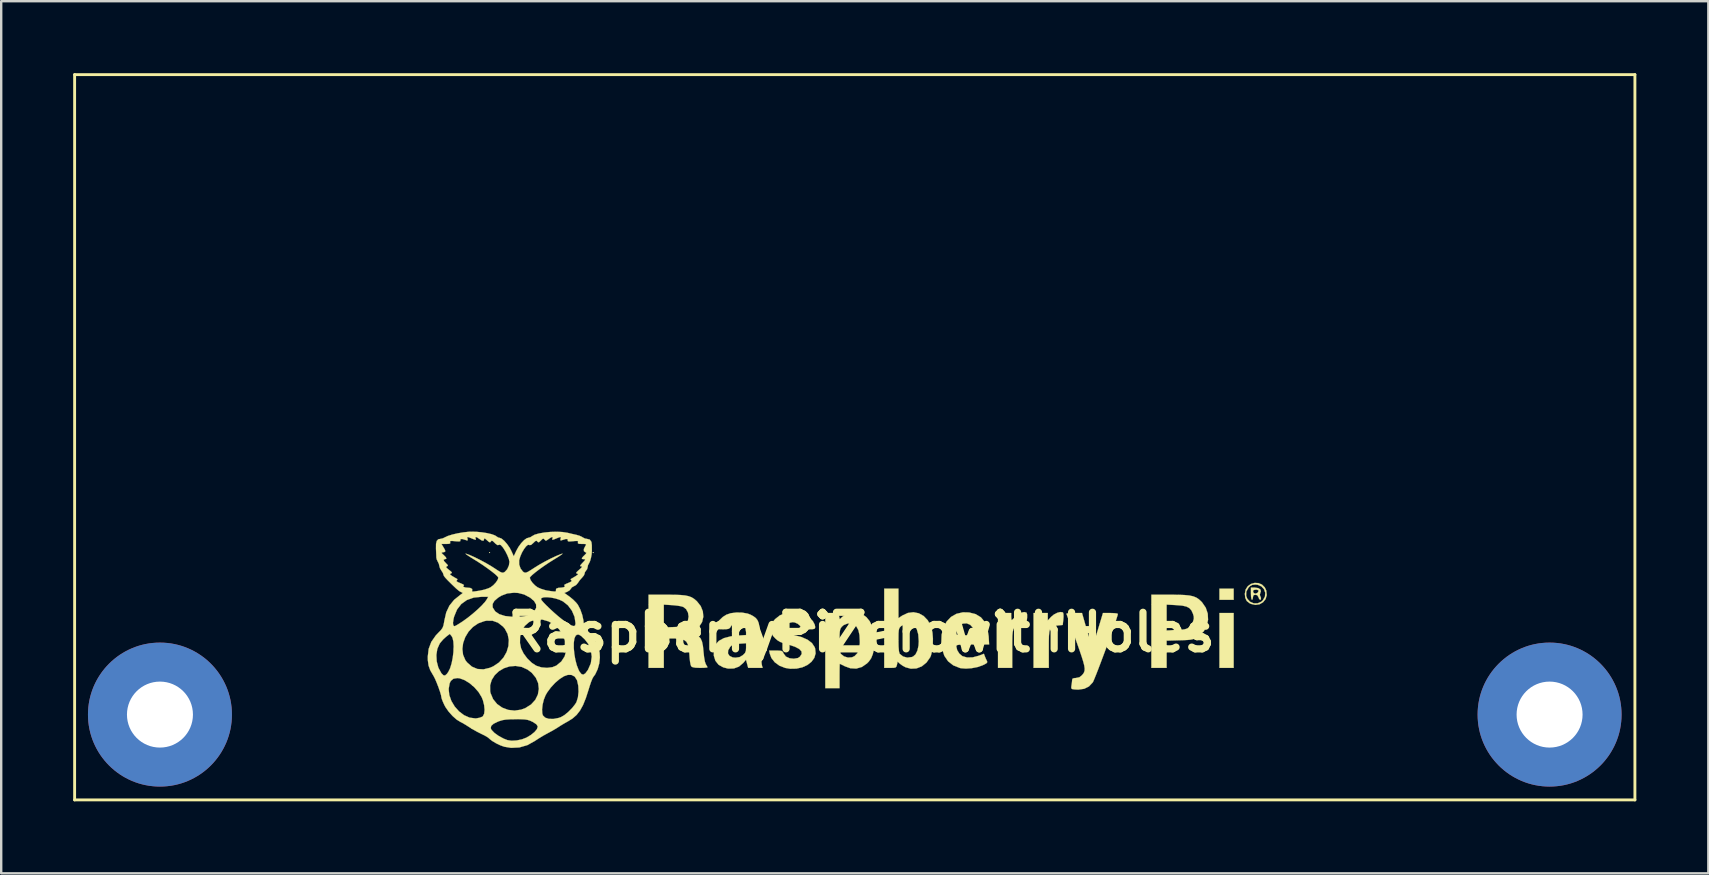
<source format=kicad_pcb>
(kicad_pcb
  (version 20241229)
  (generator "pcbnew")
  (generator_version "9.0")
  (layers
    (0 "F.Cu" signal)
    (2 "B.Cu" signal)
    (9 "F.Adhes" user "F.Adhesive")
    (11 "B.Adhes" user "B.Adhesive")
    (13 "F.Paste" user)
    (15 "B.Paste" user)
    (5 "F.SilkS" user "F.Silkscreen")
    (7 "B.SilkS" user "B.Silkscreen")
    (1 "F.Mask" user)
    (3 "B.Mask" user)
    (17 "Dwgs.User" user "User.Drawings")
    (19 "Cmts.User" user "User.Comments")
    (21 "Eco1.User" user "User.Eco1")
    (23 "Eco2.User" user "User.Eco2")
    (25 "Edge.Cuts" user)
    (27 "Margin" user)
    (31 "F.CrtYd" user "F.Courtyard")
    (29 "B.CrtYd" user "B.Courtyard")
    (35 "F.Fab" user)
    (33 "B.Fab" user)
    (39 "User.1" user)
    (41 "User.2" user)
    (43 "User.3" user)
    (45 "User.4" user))
  (footprint "RaspberryPiZerowithHoles"
    (layer "F.Cu")
    (at 32.953 15.3)
    (property "Reference" "RaspberryPiZerowithHoles" (at -0.127 8.001 0) (layer "F.SilkS") (effects (font (size 1.524 1.524) (thickness 0.3))))
    (attr through_hole)
    (fp_line (start -32.893 -15.24) (end 32.131 -15.24) (stroke (width 0.12) (type solid)) (layer "F.SilkS"))
    (fp_line (start -32.893 14.986) (end -32.893 -15.24) (stroke (width 0.12) (type solid)) (layer "F.SilkS"))
    (fp_line (start 32.131 -15.24) (end 32.131 14.986) (stroke (width 0.12) (type solid)) (layer "F.SilkS"))
    (fp_line (start 32.131 14.986) (end -32.893 14.986) (stroke (width 0.12) (type solid)) (layer "F.SilkS"))
    (fp_poly (pts (xy -15.579 4.678) (xy -15.6 4.699) (xy -15.621 4.678) (xy -15.6 4.657) (xy -15.579 4.678)) (stroke (width 0.01) (type solid)) (fill yes) (layer "F.SilkS"))
    (fp_poly (pts (xy -11.261 4.678) (xy -11.282 4.699) (xy -11.303 4.678) (xy -11.282 4.657) (xy -11.261 4.678)) (stroke (width 0.01) (type solid)) (fill yes) (layer "F.SilkS"))
    (fp_poly (pts (xy 15.409 6.646) (xy 14.817 6.646) (xy 14.817 6.181) (xy 15.409 6.181) (xy 15.409 6.646)) (stroke (width 0.01) (type solid)) (fill yes) (layer "F.SilkS"))
    (fp_poly (pts (xy 15.409 9.483) (xy 14.817 9.483) (xy 14.817 7.197) (xy 15.409 7.197) (xy 15.409 9.483)) (stroke (width 0.01) (type solid)) (fill yes) (layer "F.SilkS"))
    (fp_poly (pts (xy 8.277 7.166) (xy 8.299 7.181) (xy 8.315 7.241) (xy 8.318 7.355) (xy 8.311 7.457) (xy 8.286 7.695) (xy 8.08 7.715) (xy 7.958 7.729) (xy 7.866 7.752) (xy 7.799 7.795) (xy 7.754 7.869) (xy 7.726 7.984) (xy 7.711 8.151) (xy 7.706 8.381) (xy 7.705 8.685) (xy 7.705 9.483) (xy 7.07 9.483) (xy 7.07 7.197) (xy 7.662 7.197) (xy 7.662 7.51) (xy 7.802 7.357) (xy 7.918 7.26) (xy 8.052 7.19) (xy 8.18 7.156) (xy 8.277 7.166)) (stroke (width 0.01) (type solid)) (fill yes) (layer "F.SilkS"))
    (fp_poly (pts (xy 6.773 7.18) (xy 6.78 7.187) (xy 6.801 7.256) (xy 6.801 7.387) (xy 6.794 7.462) (xy 6.765 7.695) (xy 6.557 7.715) (xy 6.435 7.729) (xy 6.342 7.752) (xy 6.275 7.795) (xy 6.23 7.868) (xy 6.202 7.983) (xy 6.187 8.15) (xy 6.182 8.38) (xy 6.181 8.684) (xy 6.181 9.483) (xy 5.588 9.483) (xy 5.588 7.197) (xy 6.138 7.197) (xy 6.138 7.345) (xy 6.144 7.443) (xy 6.158 7.492) (xy 6.161 7.493) (xy 6.2 7.464) (xy 6.272 7.391) (xy 6.312 7.346) (xy 6.427 7.248) (xy 6.559 7.182) (xy 6.682 7.156) (xy 6.773 7.18)) (stroke (width 0.01) (type solid)) (fill yes) (layer "F.SilkS"))
    (fp_poly (pts (xy 16.436 6.159) (xy 16.523 6.216) (xy 16.543 6.297) (xy 16.522 6.347) (xy 16.499 6.441) (xy 16.513 6.481) (xy 16.548 6.568) (xy 16.54 6.632) (xy 16.511 6.646) (xy 16.471 6.61) (xy 16.443 6.54) (xy 16.394 6.456) (xy 16.315 6.435) (xy 16.238 6.453) (xy 16.214 6.525) (xy 16.214 6.54) (xy 16.199 6.62) (xy 16.171 6.646) (xy 16.149 6.608) (xy 16.133 6.507) (xy 16.129 6.392) (xy 16.129 6.279) (xy 16.214 6.279) (xy 16.244 6.363) (xy 16.315 6.392) (xy 16.399 6.357) (xy 16.42 6.336) (xy 16.447 6.274) (xy 16.439 6.251) (xy 16.373 6.224) (xy 16.289 6.228) (xy 16.225 6.255) (xy 16.214 6.279) (xy 16.129 6.279) (xy 16.129 6.138) (xy 16.293 6.138) (xy 16.436 6.159)) (stroke (width 0.01) (type solid)) (fill yes) (layer "F.SilkS"))
    (fp_poly (pts (xy 16.442 5.95) (xy 16.588 6.012) (xy 16.707 6.13) (xy 16.768 6.261) (xy 16.788 6.452) (xy 16.739 6.617) (xy 16.634 6.748) (xy 16.489 6.832) (xy 16.316 6.859) (xy 16.13 6.817) (xy 16.077 6.792) (xy 15.956 6.697) (xy 15.892 6.566) (xy 15.883 6.475) (xy 15.929 6.475) (xy 15.976 6.599) (xy 16.09 6.726) (xy 16.24 6.792) (xy 16.404 6.794) (xy 16.557 6.729) (xy 16.626 6.667) (xy 16.712 6.514) (xy 16.726 6.354) (xy 16.675 6.207) (xy 16.569 6.09) (xy 16.416 6.022) (xy 16.317 6.011) (xy 16.185 6.024) (xy 16.092 6.074) (xy 16.027 6.142) (xy 15.936 6.304) (xy 15.929 6.475) (xy 15.883 6.475) (xy 15.875 6.396) (xy 15.909 6.215) (xy 16 6.077) (xy 16.13 5.985) (xy 16.283 5.942) (xy 16.442 5.95)) (stroke (width 0.01) (type solid)) (fill yes) (layer "F.SilkS"))
    (fp_poly (pts (xy 13.091 6.437) (xy 13.355 6.447) (xy 13.56 6.467) (xy 13.72 6.501) (xy 13.847 6.551) (xy 13.954 6.621) (xy 14.055 6.713) (xy 14.092 6.751) (xy 14.246 6.975) (xy 14.329 7.222) (xy 14.342 7.477) (xy 14.289 7.725) (xy 14.17 7.95) (xy 13.989 8.138) (xy 13.895 8.201) (xy 13.805 8.25) (xy 13.721 8.284) (xy 13.622 8.306) (xy 13.49 8.32) (xy 13.305 8.329) (xy 13.155 8.333) (xy 12.615 8.348) (xy 12.615 9.483) (xy 11.98 9.483) (xy 11.98 7.926) (xy 12.615 7.926) (xy 13.017 7.909) (xy 13.223 7.896) (xy 13.366 7.877) (xy 13.465 7.846) (xy 13.536 7.804) (xy 13.629 7.704) (xy 13.706 7.575) (xy 13.713 7.558) (xy 13.749 7.44) (xy 13.746 7.34) (xy 13.713 7.227) (xy 13.649 7.088) (xy 13.563 6.991) (xy 13.44 6.927) (xy 13.262 6.888) (xy 13.021 6.868) (xy 12.615 6.846) (xy 12.615 7.926) (xy 11.98 7.926) (xy 11.98 6.435) (xy 12.756 6.435) (xy 13.091 6.437)) (stroke (width 0.01) (type solid)) (fill yes) (layer "F.SilkS"))
    (fp_poly (pts (xy 1.439 7.41) (xy 1.603 7.301) (xy 1.833 7.194) (xy 2.065 7.164) (xy 2.288 7.209) (xy 2.491 7.323) (xy 2.662 7.502) (xy 2.789 7.74) (xy 2.812 7.807) (xy 2.857 8.018) (xy 2.876 8.266) (xy 2.872 8.525) (xy 2.844 8.768) (xy 2.794 8.967) (xy 2.764 9.038) (xy 2.607 9.261) (xy 2.413 9.419) (xy 2.192 9.506) (xy 1.956 9.517) (xy 1.736 9.458) (xy 1.61 9.39) (xy 1.503 9.313) (xy 1.497 9.308) (xy 1.405 9.222) (xy 1.377 9.352) (xy 1.356 9.425) (xy 1.322 9.464) (xy 1.25 9.48) (xy 1.119 9.483) (xy 1.097 9.483) (xy 0.847 9.483) (xy 0.847 8.339) (xy 1.439 8.339) (xy 1.444 8.604) (xy 1.459 8.786) (xy 1.485 8.886) (xy 1.492 8.898) (xy 1.632 9.009) (xy 1.807 9.056) (xy 1.994 9.032) (xy 2.049 9.011) (xy 2.152 8.92) (xy 2.23 8.762) (xy 2.276 8.552) (xy 2.286 8.375) (xy 2.265 8.086) (xy 2.202 7.866) (xy 2.1 7.716) (xy 1.958 7.64) (xy 1.806 7.634) (xy 1.669 7.674) (xy 1.551 7.742) (xy 1.541 7.751) (xy 1.497 7.797) (xy 1.468 7.849) (xy 1.451 7.925) (xy 1.442 8.041) (xy 1.44 8.215) (xy 1.439 8.339) (xy 0.847 8.339) (xy 0.847 6.181) (xy 1.439 6.181) (xy 1.439 7.41)) (stroke (width 0.01) (type solid)) (fill yes) (layer "F.SilkS"))
    (fp_poly (pts (xy -0.253 7.18) (xy -0.029 7.273) (xy 0.105 7.371) (xy 0.244 7.543) (xy 0.351 7.775) (xy 0.421 8.048) (xy 0.449 8.342) (xy 0.43 8.638) (xy 0.422 8.683) (xy 0.371 8.91) (xy 0.303 9.079) (xy 0.207 9.217) (xy 0.129 9.297) (xy -0.084 9.445) (xy -0.318 9.513) (xy -0.565 9.499) (xy -0.787 9.419) (xy -0.903 9.361) (xy -0.983 9.323) (xy -1.005 9.314) (xy -1.01 9.353) (xy -1.013 9.461) (xy -1.015 9.621) (xy -1.016 9.816) (xy -1.016 10.329) (xy -1.609 10.329) (xy -1.609 8.355) (xy -1.016 8.355) (xy -1.011 8.618) (xy -0.994 8.797) (xy -0.967 8.892) (xy -0.963 8.898) (xy -0.831 9.004) (xy -0.666 9.054) (xy -0.497 9.043) (xy -0.39 8.993) (xy -0.272 8.871) (xy -0.2 8.698) (xy -0.171 8.462) (xy -0.17 8.395) (xy -0.184 8.118) (xy -0.23 7.911) (xy -0.31 7.763) (xy -0.372 7.703) (xy -0.519 7.636) (xy -0.685 7.636) (xy -0.841 7.698) (xy -0.921 7.768) (xy -0.963 7.824) (xy -0.99 7.888) (xy -1.006 7.978) (xy -1.014 8.112) (xy -1.016 8.309) (xy -1.016 8.355) (xy -1.609 8.355) (xy -1.609 7.197) (xy -1.337 7.197) (xy -1.19 7.198) (xy -1.106 7.21) (xy -1.064 7.24) (xy -1.043 7.299) (xy -1.036 7.328) (xy -1.008 7.458) (xy -0.895 7.351) (xy -0.701 7.22) (xy -0.482 7.163) (xy -0.253 7.18)) (stroke (width 0.01) (type solid)) (fill yes) (layer "F.SilkS"))
    (fp_poly (pts (xy 4.382 7.174) (xy 4.656 7.243) (xy 4.875 7.376) (xy 5.038 7.573) (xy 5.146 7.834) (xy 5.197 8.158) (xy 5.199 8.178) (xy 5.218 8.509) (xy 4.535 8.509) (xy 4.281 8.509) (xy 4.099 8.512) (xy 3.978 8.518) (xy 3.904 8.529) (xy 3.867 8.546) (xy 3.854 8.571) (xy 3.852 8.596) (xy 3.888 8.746) (xy 3.979 8.891) (xy 4.102 8.994) (xy 4.105 8.995) (xy 4.299 9.051) (xy 4.532 9.045) (xy 4.785 8.978) (xy 5 8.896) (xy 5.04 9.002) (xy 5.089 9.118) (xy 5.125 9.191) (xy 5.141 9.24) (xy 5.118 9.282) (xy 5.041 9.33) (xy 4.936 9.38) (xy 4.731 9.45) (xy 4.492 9.496) (xy 4.253 9.513) (xy 4.046 9.498) (xy 4 9.488) (xy 3.724 9.378) (xy 3.508 9.208) (xy 3.352 8.98) (xy 3.258 8.693) (xy 3.226 8.44) (xy 3.239 8.098) (xy 3.254 8.041) (xy 3.852 8.041) (xy 3.858 8.082) (xy 3.886 8.108) (xy 3.953 8.121) (xy 4.074 8.127) (xy 4.239 8.128) (xy 4.625 8.128) (xy 4.6 7.969) (xy 4.539 7.805) (xy 4.428 7.687) (xy 4.285 7.627) (xy 4.129 7.636) (xy 4.062 7.664) (xy 3.973 7.746) (xy 3.897 7.874) (xy 3.855 8.007) (xy 3.852 8.041) (xy 3.254 8.041) (xy 3.315 7.801) (xy 3.447 7.553) (xy 3.629 7.361) (xy 3.858 7.23) (xy 4.126 7.168) (xy 4.382 7.174)) (stroke (width 0.01) (type solid)) (fill yes) (layer "F.SilkS"))
    (fp_poly (pts (xy 9.295 7.915) (xy 9.363 8.142) (xy 9.425 8.334) (xy 9.476 8.479) (xy 9.513 8.565) (xy 9.531 8.582) (xy 9.552 8.525) (xy 9.593 8.403) (xy 9.648 8.229) (xy 9.714 8.018) (xy 9.761 7.863) (xy 9.962 7.197) (xy 10.273 7.197) (xy 10.423 7.202) (xy 10.533 7.214) (xy 10.582 7.232) (xy 10.583 7.235) (xy 10.569 7.299) (xy 10.528 7.43) (xy 10.466 7.618) (xy 10.385 7.849) (xy 10.291 8.114) (xy 10.188 8.401) (xy 10.08 8.698) (xy 9.97 8.993) (xy 9.864 9.275) (xy 9.766 9.534) (xy 9.679 9.756) (xy 9.608 9.931) (xy 9.558 10.048) (xy 9.536 10.089) (xy 9.379 10.256) (xy 9.18 10.355) (xy 8.933 10.389) (xy 8.769 10.381) (xy 8.676 10.365) (xy 8.641 10.329) (xy 8.646 10.243) (xy 8.652 10.21) (xy 8.669 10.086) (xy 8.678 9.988) (xy 8.678 9.98) (xy 8.7 9.928) (xy 8.778 9.908) (xy 8.829 9.906) (xy 8.979 9.875) (xy 9.08 9.797) (xy 9.136 9.732) (xy 9.175 9.668) (xy 9.197 9.595) (xy 9.2 9.503) (xy 9.182 9.382) (xy 9.141 9.223) (xy 9.076 9.015) (xy 8.986 8.749) (xy 8.868 8.415) (xy 8.846 8.353) (xy 8.743 8.065) (xy 8.649 7.803) (xy 8.568 7.578) (xy 8.503 7.4) (xy 8.459 7.28) (xy 8.439 7.229) (xy 8.438 7.228) (xy 8.468 7.214) (xy 8.564 7.203) (xy 8.707 7.197) (xy 8.754 7.197) (xy 9.089 7.197) (xy 9.295 7.915)) (stroke (width 0.01) (type solid)) (fill yes) (layer "F.SilkS"))
    (fp_poly (pts (xy -7.903 6.437) (xy -7.649 6.446) (xy -7.452 6.465) (xy -7.3 6.497) (xy -7.178 6.544) (xy -7.073 6.61) (xy -6.971 6.697) (xy -6.959 6.709) (xy -6.8 6.91) (xy -6.712 7.131) (xy -6.693 7.356) (xy -6.744 7.572) (xy -6.863 7.762) (xy -7.019 7.895) (xy -7.105 7.955) (xy -7.15 7.997) (xy -7.152 8.001) (xy -7.118 8.031) (xy -7.035 8.078) (xy -7.018 8.086) (xy -6.896 8.159) (xy -6.808 8.253) (xy -6.748 8.386) (xy -6.709 8.571) (xy -6.685 8.807) (xy -6.66 9.041) (xy -6.628 9.219) (xy -6.59 9.329) (xy -6.585 9.337) (xy -6.537 9.417) (xy -6.519 9.46) (xy -6.558 9.471) (xy -6.661 9.479) (xy -6.806 9.483) (xy -6.832 9.483) (xy -7.02 9.476) (xy -7.137 9.455) (xy -7.196 9.42) (xy -7.222 9.351) (xy -7.246 9.221) (xy -7.264 9.053) (xy -7.268 8.986) (xy -7.29 8.719) (xy -7.329 8.526) (xy -7.398 8.394) (xy -7.507 8.313) (xy -7.667 8.271) (xy -7.89 8.256) (xy -7.978 8.255) (xy -8.34 8.255) (xy -8.34 9.483) (xy -8.975 9.483) (xy -8.975 7.798) (xy -8.34 7.798) (xy -7.938 7.783) (xy -7.747 7.774) (xy -7.62 7.761) (xy -7.536 7.738) (xy -7.473 7.7) (xy -7.425 7.656) (xy -7.335 7.514) (xy -7.305 7.346) (xy -7.332 7.178) (xy -7.411 7.034) (xy -7.529 6.943) (xy -7.624 6.915) (xy -7.775 6.89) (xy -7.951 6.871) (xy -7.99 6.869) (xy -8.34 6.846) (xy -8.34 7.798) (xy -8.975 7.798) (xy -8.975 6.435) (xy -8.228 6.435) (xy -7.903 6.437)) (stroke (width 0.01) (type solid)) (fill yes) (layer "F.SilkS"))
    (fp_poly (pts (xy -2.716 7.187) (xy -2.444 7.277) (xy -2.42 7.289) (xy -2.255 7.399) (xy -2.125 7.539) (xy -2.047 7.688) (xy -2.032 7.774) (xy -2.037 7.826) (xy -2.065 7.856) (xy -2.134 7.87) (xy -2.262 7.874) (xy -2.328 7.874) (xy -2.496 7.869) (xy -2.59 7.853) (xy -2.624 7.824) (xy -2.625 7.818) (xy -2.662 7.728) (xy -2.756 7.646) (xy -2.88 7.591) (xy -2.969 7.578) (xy -3.11 7.607) (xy -3.227 7.681) (xy -3.294 7.782) (xy -3.302 7.83) (xy -3.264 7.922) (xy -3.168 8.012) (xy -3.035 8.082) (xy -2.951 8.107) (xy -2.612 8.195) (xy -2.351 8.308) (xy -2.166 8.449) (xy -2.053 8.619) (xy -2.032 8.679) (xy -2.013 8.88) (xy -2.067 9.066) (xy -2.185 9.229) (xy -2.355 9.363) (xy -2.567 9.46) (xy -2.811 9.514) (xy -3.075 9.519) (xy -3.281 9.485) (xy -3.517 9.394) (xy -3.714 9.251) (xy -3.855 9.072) (xy -3.921 8.897) (xy -3.948 8.763) (xy -3.672 8.763) (xy -3.523 8.765) (xy -3.435 8.778) (xy -3.386 8.81) (xy -3.353 8.869) (xy -3.347 8.885) (xy -3.252 9.012) (xy -3.094 9.084) (xy -2.919 9.102) (xy -2.749 9.072) (xy -2.667 9.017) (xy -2.592 8.903) (xy -2.601 8.796) (xy -2.694 8.696) (xy -2.871 8.603) (xy -3.131 8.518) (xy -3.154 8.512) (xy -3.353 8.455) (xy -3.494 8.4) (xy -3.6 8.336) (xy -3.694 8.254) (xy -3.786 8.153) (xy -3.834 8.067) (xy -3.851 7.957) (xy -3.852 7.858) (xy -3.846 7.711) (xy -3.817 7.608) (xy -3.751 7.51) (xy -3.699 7.45) (xy -3.505 7.296) (xy -3.264 7.199) (xy -2.996 7.162) (xy -2.716 7.187)) (stroke (width 0.01) (type solid)) (fill yes) (layer "F.SilkS"))
    (fp_poly (pts (xy -5.072 7.181) (xy -4.848 7.22) (xy -4.713 7.272) (xy -4.595 7.339) (xy -4.504 7.408) (xy -4.437 7.492) (xy -4.389 7.603) (xy -4.357 7.753) (xy -4.335 7.955) (xy -4.32 8.22) (xy -4.311 8.445) (xy -4.3 8.706) (xy -4.288 8.944) (xy -4.276 9.144) (xy -4.264 9.29) (xy -4.253 9.366) (xy -4.223 9.483) (xy -4.823 9.483) (xy -4.914 9.142) (xy -5.027 9.276) (xy -5.208 9.43) (xy -5.423 9.509) (xy -5.667 9.511) (xy -5.863 9.461) (xy -6.056 9.353) (xy -6.188 9.189) (xy -6.255 8.976) (xy -6.254 8.883) (xy -5.664 8.883) (xy -5.599 8.985) (xy -5.469 9.047) (xy -5.352 9.059) (xy -5.184 9.035) (xy -5.044 8.953) (xy -5.041 8.95) (xy -4.956 8.863) (xy -4.918 8.769) (xy -4.911 8.648) (xy -4.911 8.457) (xy -5.192 8.475) (xy -5.352 8.49) (xy -5.455 8.515) (xy -5.527 8.562) (xy -5.573 8.609) (xy -5.658 8.753) (xy -5.664 8.883) (xy -6.254 8.883) (xy -6.254 8.719) (xy -6.253 8.714) (xy -6.187 8.516) (xy -6.049 8.36) (xy -5.838 8.245) (xy -5.553 8.17) (xy -5.29 8.14) (xy -4.911 8.115) (xy -4.911 7.992) (xy -4.935 7.845) (xy -4.995 7.715) (xy -5.055 7.652) (xy -5.123 7.633) (xy -5.24 7.622) (xy -5.283 7.621) (xy -5.406 7.629) (xy -5.479 7.665) (xy -5.537 7.747) (xy -5.581 7.814) (xy -5.631 7.852) (xy -5.712 7.869) (xy -5.846 7.874) (xy -5.895 7.874) (xy -6.038 7.869) (xy -6.141 7.855) (xy -6.181 7.835) (xy -6.181 7.834) (xy -6.143 7.677) (xy -6.039 7.513) (xy -5.883 7.364) (xy -5.736 7.269) (xy -5.549 7.205) (xy -5.317 7.176) (xy -5.072 7.181)) (stroke (width 0.01) (type solid)) (fill yes) (layer "F.SilkS"))
    (fp_poly (pts (xy -16.163 3.812) (xy -15.926 3.833) (xy -15.703 3.868) (xy -15.512 3.913) (xy -15.374 3.964) (xy -15.328 3.994) (xy -15.241 4.05) (xy -15.181 4.065) (xy -15.096 4.099) (xy -14.987 4.191) (xy -14.872 4.323) (xy -14.765 4.476) (xy -14.697 4.604) (xy -14.592 4.833) (xy -14.488 4.607) (xy -14.395 4.44) (xy -14.281 4.285) (xy -14.162 4.16) (xy -14.053 4.082) (xy -13.993 4.065) (xy -13.896 4.037) (xy -13.833 3.996) (xy -13.72 3.933) (xy -13.542 3.882) (xy -13.318 3.843) (xy -13.069 3.818) (xy -12.814 3.811) (xy -12.573 3.821) (xy -12.364 3.852) (xy -12.336 3.858) (xy -12.18 3.896) (xy -12.01 3.934) (xy -11.98 3.94) (xy -11.848 3.979) (xy -11.745 4.027) (xy -11.722 4.044) (xy -11.626 4.093) (xy -11.544 4.107) (xy -11.424 4.138) (xy -11.356 4.234) (xy -11.339 4.367) (xy -11.338 4.502) (xy -11.337 4.615) (xy -11.346 4.745) (xy -11.374 4.894) (xy -11.412 5.03) (xy -11.453 5.122) (xy -11.463 5.135) (xy -11.502 5.214) (xy -11.511 5.274) (xy -11.538 5.373) (xy -11.574 5.419) (xy -11.629 5.5) (xy -11.638 5.547) (xy -11.667 5.626) (xy -11.739 5.715) (xy -11.746 5.722) (xy -11.842 5.829) (xy -11.916 5.937) (xy -11.993 6.029) (xy -12.082 6.079) (xy -12.17 6.127) (xy -12.209 6.181) (xy -12.263 6.25) (xy -12.359 6.309) (xy -12.484 6.361) (xy -12.259 6.522) (xy -12.119 6.637) (xy -11.991 6.765) (xy -11.924 6.849) (xy -11.821 7.047) (xy -11.738 7.28) (xy -11.689 7.509) (xy -11.68 7.623) (xy -11.672 7.711) (xy -11.638 7.793) (xy -11.567 7.888) (xy -11.447 8.016) (xy -11.432 8.031) (xy -11.218 8.288) (xy -11.082 8.555) (xy -11.014 8.85) (xy -11.003 9.051) (xy -11.028 9.292) (xy -11.096 9.536) (xy -11.196 9.75) (xy -11.28 9.867) (xy -11.317 9.934) (xy -11.368 10.062) (xy -11.426 10.232) (xy -11.47 10.375) (xy -11.587 10.739) (xy -11.704 11.03) (xy -11.831 11.261) (xy -11.974 11.444) (xy -12.141 11.591) (xy -12.323 11.705) (xy -12.483 11.795) (xy -12.643 11.891) (xy -12.717 11.94) (xy -12.841 12.018) (xy -13.006 12.113) (xy -13.177 12.206) (xy -13.183 12.209) (xy -13.369 12.312) (xy -13.563 12.43) (xy -13.715 12.53) (xy -14.026 12.703) (xy -14.36 12.799) (xy -14.704 12.816) (xy -14.985 12.77) (xy -15.152 12.711) (xy -15.329 12.626) (xy -15.489 12.531) (xy -15.602 12.442) (xy -15.618 12.425) (xy -15.685 12.372) (xy -15.803 12.303) (xy -15.938 12.237) (xy -16.121 12.145) (xy -16.321 12.032) (xy -16.38 11.995) (xy -15.552 11.995) (xy -15.521 12.065) (xy -15.398 12.193) (xy -15.218 12.322) (xy -15.009 12.434) (xy -14.855 12.494) (xy -14.684 12.52) (xy -14.472 12.508) (xy -14.252 12.462) (xy -14.064 12.39) (xy -13.878 12.279) (xy -13.729 12.158) (xy -13.629 12.04) (xy -13.593 11.937) (xy -13.594 11.923) (xy -13.647 11.837) (xy -13.783 11.745) (xy -13.818 11.727) (xy -13.92 11.68) (xy -14.017 11.65) (xy -14.13 11.632) (xy -14.282 11.624) (xy -14.494 11.623) (xy -14.517 11.623) (xy -14.75 11.627) (xy -14.924 11.639) (xy -15.061 11.661) (xy -15.187 11.699) (xy -15.247 11.721) (xy -15.43 11.81) (xy -15.532 11.901) (xy -15.552 11.995) (xy -16.38 11.995) (xy -16.448 11.952) (xy -16.593 11.86) (xy -16.726 11.781) (xy -16.815 11.736) (xy -16.971 11.64) (xy -17.142 11.489) (xy -17.305 11.307) (xy -17.438 11.117) (xy -17.486 11.028) (xy -17.548 10.89) (xy -17.592 10.776) (xy -17.607 10.716) (xy -17.623 10.622) (xy -17.666 10.475) (xy -17.704 10.366) (xy -17.306 10.366) (xy -17.279 10.617) (xy -17.191 10.865) (xy -17.052 11.096) (xy -16.873 11.297) (xy -16.664 11.455) (xy -16.434 11.557) (xy -16.194 11.589) (xy -16.154 11.587) (xy -16.013 11.561) (xy -15.904 11.518) (xy -15.879 11.498) (xy -15.825 11.392) (xy -15.808 11.232) (xy -15.826 11.04) (xy -15.876 10.838) (xy -15.929 10.706) (xy -16.059 10.492) (xy -16.234 10.292) (xy -16.33 10.21) (xy -15.578 10.21) (xy -15.576 10.455) (xy -15.559 10.536) (xy -15.454 10.785) (xy -15.288 10.989) (xy -15.074 11.14) (xy -14.826 11.234) (xy -14.558 11.264) (xy -14.283 11.224) (xy -14.257 11.214) (xy -13.413 11.214) (xy -13.404 11.38) (xy -13.378 11.465) (xy -13.283 11.558) (xy -13.131 11.607) (xy -12.941 11.612) (xy -12.728 11.571) (xy -12.623 11.534) (xy -12.479 11.45) (xy -12.317 11.316) (xy -12.159 11.157) (xy -12.032 10.996) (xy -11.978 10.905) (xy -11.918 10.711) (xy -11.892 10.475) (xy -11.903 10.233) (xy -11.95 10.019) (xy -11.96 9.992) (xy -12.052 9.847) (xy -12.185 9.777) (xy -12.336 9.774) (xy -12.497 9.83) (xy -12.681 9.947) (xy -12.87 10.108) (xy -13.048 10.301) (xy -13.201 10.509) (xy -13.27 10.63) (xy -13.342 10.813) (xy -13.391 11.017) (xy -13.413 11.214) (xy -14.257 11.214) (xy -14.114 11.162) (xy -13.871 11.009) (xy -13.695 10.816) (xy -13.587 10.595) (xy -13.547 10.359) (xy -13.575 10.12) (xy -13.674 9.892) (xy -13.843 9.686) (xy -14.018 9.554) (xy -14.264 9.443) (xy -14.517 9.402) (xy -14.767 9.422) (xy -15.002 9.498) (xy -15.212 9.622) (xy -15.385 9.786) (xy -15.511 9.985) (xy -15.578 10.21) (xy -16.33 10.21) (xy -16.434 10.121) (xy -16.644 9.992) (xy -16.845 9.919) (xy -16.943 9.908) (xy -17.106 9.935) (xy -17.215 10.025) (xy -17.264 10.124) (xy -17.306 10.366) (xy -17.704 10.366) (xy -17.727 10.299) (xy -17.798 10.116) (xy -17.868 9.95) (xy -17.931 9.825) (xy -17.946 9.801) (xy -18.071 9.586) (xy -18.143 9.387) (xy -18.173 9.166) (xy -18.176 9.018) (xy -18.168 8.946) (xy -17.818 8.946) (xy -17.803 9.213) (xy -17.736 9.47) (xy -17.617 9.693) (xy -17.6 9.716) (xy -17.523 9.792) (xy -17.455 9.8) (xy -17.38 9.735) (xy -17.324 9.658) (xy -17.247 9.504) (xy -17.184 9.301) (xy -17.137 9.068) (xy -17.107 8.825) (xy -17.102 8.696) (xy -16.734 8.696) (xy -16.705 8.938) (xy -16.61 9.16) (xy -16.538 9.255) (xy -16.335 9.433) (xy -16.106 9.529) (xy -15.855 9.545) (xy -15.584 9.479) (xy -15.444 9.417) (xy -15.208 9.259) (xy -15.022 9.056) (xy -14.889 8.822) (xy -14.814 8.57) (xy -14.807 8.448) (xy -14.334 8.448) (xy -14.286 8.672) (xy -14.184 8.881) (xy -14.029 9.09) (xy -13.843 9.271) (xy -13.66 9.392) (xy -13.443 9.462) (xy -13.208 9.483) (xy -12.984 9.455) (xy -12.816 9.388) (xy -12.609 9.216) (xy -12.471 9.003) (xy -12.405 8.758) (xy -12.408 8.654) (xy -12.091 8.654) (xy -12.069 8.896) (xy -12.027 9.141) (xy -11.967 9.371) (xy -11.89 9.569) (xy -11.849 9.645) (xy -11.769 9.743) (xy -11.692 9.765) (xy -11.607 9.71) (xy -11.507 9.576) (xy -11.499 9.563) (xy -11.381 9.296) (xy -11.342 9.017) (xy -11.379 8.74) (xy -11.492 8.479) (xy -11.638 8.29) (xy -11.775 8.16) (xy -11.878 8.098) (xy -11.958 8.099) (xy -12.015 8.145) (xy -12.066 8.26) (xy -12.091 8.437) (xy -12.091 8.654) (xy -12.408 8.654) (xy -12.413 8.491) (xy -12.496 8.211) (xy -12.538 8.123) (xy -12.704 7.875) (xy -12.91 7.681) (xy -13.144 7.545) (xy -13.392 7.473) (xy -13.642 7.469) (xy -13.881 7.538) (xy -13.957 7.579) (xy -14.134 7.734) (xy -14.26 7.942) (xy -14.328 8.186) (xy -14.334 8.448) (xy -14.807 8.448) (xy -14.799 8.316) (xy -14.848 8.072) (xy -14.964 7.852) (xy -15.041 7.762) (xy -15.249 7.6) (xy -15.471 7.52) (xy -15.72 7.517) (xy -15.819 7.535) (xy -16.074 7.628) (xy -16.295 7.779) (xy -16.477 7.974) (xy -16.614 8.201) (xy -16.702 8.446) (xy -16.734 8.696) (xy -17.102 8.696) (xy -17.097 8.591) (xy -17.109 8.387) (xy -17.144 8.231) (xy -17.178 8.167) (xy -17.258 8.068) (xy -17.413 8.187) (xy -17.537 8.3) (xy -17.654 8.438) (xy -17.682 8.477) (xy -17.778 8.692) (xy -17.818 8.946) (xy -18.168 8.946) (xy -18.138 8.691) (xy -18.028 8.399) (xy -17.841 8.131) (xy -17.737 8.022) (xy -17.629 7.912) (xy -17.563 7.821) (xy -17.523 7.719) (xy -17.501 7.609) (xy -17.126 7.609) (xy -17.112 7.714) (xy -17.061 7.748) (xy -17.01 7.725) (xy -16.908 7.666) (xy -16.773 7.58) (xy -16.711 7.539) (xy -16.51 7.394) (xy -16.303 7.228) (xy -16.105 7.055) (xy -15.931 6.889) (xy -15.868 6.821) (xy -15.474 6.821) (xy -15.472 6.953) (xy -15.466 6.972) (xy -15.366 7.129) (xy -15.195 7.246) (xy -14.955 7.322) (xy -14.652 7.355) (xy -14.474 7.355) (xy -14.265 7.345) (xy -14.115 7.326) (xy -14 7.293) (xy -13.895 7.242) (xy -13.895 7.242) (xy -13.735 7.12) (xy -13.658 6.983) (xy -13.662 6.838) (xy -13.748 6.693) (xy -13.841 6.614) (xy -13.458 6.614) (xy -13.428 6.67) (xy -13.344 6.767) (xy -13.221 6.893) (xy -13.071 7.037) (xy -12.907 7.187) (xy -12.741 7.331) (xy -12.587 7.456) (xy -12.488 7.529) (xy -12.299 7.654) (xy -12.164 7.725) (xy -12.078 7.742) (xy -12.032 7.708) (xy -12.019 7.627) (xy -12.058 7.358) (xy -12.169 7.099) (xy -12.337 6.875) (xy -12.542 6.712) (xy -12.691 6.642) (xy -12.864 6.588) (xy -13.043 6.553) (xy -13.209 6.537) (xy -13.346 6.543) (xy -13.434 6.573) (xy -13.458 6.614) (xy -13.841 6.614) (xy -13.91 6.556) (xy -14.157 6.425) (xy -14.407 6.361) (xy -14.58 6.351) (xy -14.858 6.379) (xy -15.103 6.471) (xy -15.245 6.558) (xy -15.399 6.691) (xy -15.474 6.821) (xy -15.868 6.821) (xy -15.799 6.745) (xy -15.731 6.652) (xy -15.655 6.52) (xy -15.925 6.52) (xy -16.261 6.554) (xy -16.546 6.655) (xy -16.779 6.821) (xy -16.956 7.051) (xy -17.077 7.344) (xy -17.1 7.434) (xy -17.126 7.609) (xy -17.501 7.609) (xy -17.494 7.574) (xy -17.484 7.51) (xy -17.406 7.17) (xy -17.273 6.888) (xy -17.078 6.648) (xy -16.811 6.434) (xy -16.803 6.429) (xy -16.733 6.378) (xy -16.73 6.35) (xy -16.781 6.327) (xy -16.838 6.3) (xy -16.906 6.251) (xy -17 6.17) (xy -17.133 6.043) (xy -17.197 5.981) (xy -17.349 5.83) (xy -17.447 5.725) (xy -17.501 5.654) (xy -17.521 5.605) (xy -17.522 5.595) (xy -17.547 5.524) (xy -17.606 5.432) (xy -17.607 5.431) (xy -17.667 5.33) (xy -17.692 5.243) (xy -17.714 5.146) (xy -17.753 5.068) (xy -17.802 4.964) (xy -17.818 4.89) (xy -17.821 4.805) (xy -17.827 4.667) (xy -17.834 4.516) (xy -17.832 4.319) (xy -17.832 4.319) (xy -17.606 4.319) (xy -17.522 4.456) (xy -17.459 4.567) (xy -17.445 4.627) (xy -17.481 4.655) (xy -17.533 4.665) (xy -17.592 4.677) (xy -17.596 4.701) (xy -17.54 4.756) (xy -17.512 4.781) (xy -17.419 4.877) (xy -17.401 4.935) (xy -17.459 4.954) (xy -17.516 4.973) (xy -17.499 5.032) (xy -17.414 5.125) (xy -17.347 5.194) (xy -17.34 5.231) (xy -17.379 5.252) (xy -17.412 5.276) (xy -17.39 5.317) (xy -17.306 5.388) (xy -17.292 5.399) (xy -17.2 5.474) (xy -17.17 5.517) (xy -17.194 5.542) (xy -17.211 5.549) (xy -17.251 5.572) (xy -17.233 5.605) (xy -17.15 5.662) (xy -17.141 5.667) (xy -17.037 5.729) (xy -16.962 5.77) (xy -16.951 5.776) (xy -16.941 5.809) (xy -16.966 5.834) (xy -16.98 5.867) (xy -16.929 5.906) (xy -16.822 5.952) (xy -16.718 5.997) (xy -16.666 6.032) (xy -16.669 6.045) (xy -16.705 6.076) (xy -16.677 6.111) (xy -16.601 6.135) (xy -16.549 6.139) (xy -16.402 6.153) (xy -16.327 6.195) (xy -16.323 6.248) (xy -16.333 6.283) (xy -16.321 6.301) (xy -16.272 6.303) (xy -16.169 6.29) (xy -16 6.263) (xy -15.825 6.225) (xy -15.659 6.171) (xy -15.564 6.128) (xy -15.445 6.039) (xy -15.337 5.924) (xy -15.26 5.807) (xy -15.236 5.725) (xy -15.27 5.671) (xy -15.364 5.582) (xy -15.507 5.467) (xy -15.686 5.334) (xy -15.889 5.192) (xy -16.105 5.05) (xy -16.248 4.963) (xy -16.408 4.864) (xy -16.526 4.786) (xy -16.592 4.736) (xy -16.597 4.72) (xy -16.591 4.722) (xy -16.437 4.777) (xy -16.233 4.867) (xy -16.002 4.982) (xy -15.764 5.109) (xy -15.543 5.238) (xy -15.422 5.315) (xy -15.261 5.421) (xy -15.153 5.486) (xy -15.082 5.515) (xy -15.03 5.515) (xy -14.982 5.492) (xy -14.965 5.482) (xy -14.866 5.375) (xy -14.795 5.22) (xy -14.771 5.064) (xy -14.784 5.004) (xy -14.369 5.004) (xy -14.367 5.175) (xy -14.309 5.342) (xy -14.209 5.471) (xy -14.176 5.495) (xy -14.129 5.515) (xy -14.073 5.511) (xy -13.993 5.476) (xy -13.873 5.403) (xy -13.737 5.315) (xy -13.535 5.189) (xy -13.302 5.058) (xy -13.061 4.933) (xy -12.834 4.826) (xy -12.645 4.748) (xy -12.569 4.723) (xy -12.562 4.731) (xy -12.619 4.775) (xy -12.728 4.849) (xy -12.882 4.944) (xy -12.915 4.964) (xy -13.125 5.096) (xy -13.332 5.235) (xy -13.527 5.374) (xy -13.695 5.503) (xy -13.825 5.612) (xy -13.905 5.693) (xy -13.924 5.729) (xy -13.892 5.824) (xy -13.81 5.94) (xy -13.7 6.052) (xy -13.593 6.13) (xy -13.449 6.192) (xy -13.276 6.245) (xy -13.199 6.261) (xy -13.017 6.289) (xy -12.904 6.301) (xy -12.846 6.296) (xy -12.831 6.273) (xy -12.837 6.248) (xy -12.826 6.186) (xy -12.738 6.149) (xy -12.611 6.139) (xy -12.517 6.125) (xy -12.462 6.094) (xy -12.463 6.06) (xy -12.491 6.045) (xy -12.484 6.023) (xy -12.414 5.983) (xy -12.339 5.952) (xy -12.221 5.9) (xy -12.178 5.862) (xy -12.194 5.834) (xy -12.224 5.792) (xy -12.209 5.776) (xy -12.149 5.743) (xy -12.05 5.684) (xy -12.019 5.665) (xy -11.931 5.605) (xy -11.911 5.573) (xy -11.951 5.555) (xy -11.952 5.555) (xy -11.991 5.537) (xy -11.98 5.502) (xy -11.912 5.434) (xy -11.867 5.395) (xy -11.776 5.312) (xy -11.746 5.267) (xy -11.773 5.252) (xy -11.784 5.252) (xy -11.825 5.242) (xy -11.817 5.208) (xy -11.754 5.135) (xy -11.723 5.102) (xy -11.64 5.014) (xy -11.614 4.97) (xy -11.637 4.955) (xy -11.672 4.954) (xy -11.745 4.944) (xy -11.755 4.909) (xy -11.698 4.839) (xy -11.648 4.791) (xy -11.578 4.718) (xy -11.568 4.682) (xy -11.606 4.666) (xy -11.668 4.62) (xy -11.671 4.53) (xy -11.615 4.413) (xy -11.614 4.413) (xy -11.578 4.356) (xy -11.587 4.328) (xy -11.654 4.319) (xy -11.746 4.319) (xy -11.865 4.314) (xy -11.917 4.296) (xy -11.919 4.256) (xy -11.917 4.249) (xy -11.911 4.211) (xy -11.945 4.194) (xy -12.036 4.196) (xy -12.127 4.204) (xy -12.262 4.215) (xy -12.33 4.208) (xy -12.345 4.183) (xy -12.341 4.168) (xy -12.348 4.117) (xy -12.422 4.112) (xy -12.55 4.15) (xy -12.629 4.174) (xy -12.651 4.154) (xy -12.642 4.108) (xy -12.629 4.048) (xy -12.646 4.028) (xy -12.708 4.045) (xy -12.809 4.086) (xy -12.925 4.132) (xy -12.98 4.144) (xy -12.989 4.122) (xy -12.977 4.086) (xy -12.973 4.031) (xy -13.023 4.036) (xy -13.124 4.101) (xy -13.141 4.114) (xy -13.222 4.172) (xy -13.269 4.178) (xy -13.309 4.137) (xy -13.35 4.096) (xy -13.394 4.108) (xy -13.461 4.174) (xy -13.533 4.241) (xy -13.577 4.249) (xy -13.609 4.216) (xy -13.647 4.183) (xy -13.695 4.2) (xy -13.775 4.275) (xy -13.776 4.277) (xy -13.867 4.356) (xy -13.93 4.369) (xy -13.948 4.358) (xy -14.006 4.358) (xy -14.082 4.422) (xy -14.166 4.533) (xy -14.249 4.674) (xy -14.318 4.831) (xy -14.365 4.986) (xy -14.369 5.004) (xy -14.784 5.004) (xy -14.795 4.949) (xy -14.856 4.794) (xy -14.94 4.627) (xy -15.036 4.476) (xy -15.052 4.455) (xy -15.132 4.366) (xy -15.189 4.346) (xy -15.212 4.358) (xy -15.267 4.368) (xy -15.346 4.314) (xy -15.386 4.275) (xy -15.465 4.199) (xy -15.512 4.181) (xy -15.544 4.213) (xy -15.545 4.216) (xy -15.578 4.252) (xy -15.623 4.238) (xy -15.704 4.168) (xy -15.706 4.166) (xy -15.785 4.098) (xy -15.822 4.089) (xy -15.829 4.12) (xy -15.853 4.183) (xy -15.923 4.175) (xy -16.029 4.107) (xy -16.131 4.038) (xy -16.185 4.029) (xy -16.185 4.079) (xy -16.183 4.086) (xy -16.17 4.132) (xy -16.191 4.144) (xy -16.262 4.122) (xy -16.351 4.086) (xy -16.466 4.04) (xy -16.52 4.029) (xy -16.53 4.055) (xy -16.518 4.108) (xy -16.511 4.165) (xy -16.547 4.171) (xy -16.61 4.15) (xy -16.743 4.112) (xy -16.814 4.119) (xy -16.819 4.168) (xy -16.819 4.201) (xy -16.866 4.214) (xy -16.974 4.21) (xy -17.033 4.204) (xy -17.167 4.193) (xy -17.233 4.198) (xy -17.25 4.223) (xy -17.243 4.249) (xy -17.24 4.292) (xy -17.285 4.313) (xy -17.395 4.319) (xy -17.411 4.319) (xy -17.606 4.319) (xy -17.832 4.319) (xy -17.802 4.192) (xy -17.739 4.125) (xy -17.645 4.107) (xy -17.545 4.084) (xy -17.468 4.046) (xy -17.34 3.986) (xy -17.151 3.927) (xy -16.926 3.875) (xy -16.689 3.835) (xy -16.463 3.811) (xy -16.392 3.808) (xy -16.163 3.812)) (stroke (width 0.01) (type solid)) (fill yes) (layer "F.SilkS"))
    (pad "1" thru_hole circle (at -29.337 11.43) (size 6 6) (drill 2.75) (layers "*.Cu" "*.Mask"))
    (pad "1" thru_hole circle (at 28.575 11.43) (size 6 6) (drill 2.75) (layers "*.Cu" "*.Mask")))
  (gr_rect
    (start -3 -3)
    (end 68.144 33.346)
    (stroke (width 0.1) (type default))
    (fill no)
    (layer "Edge.Cuts")))
</source>
